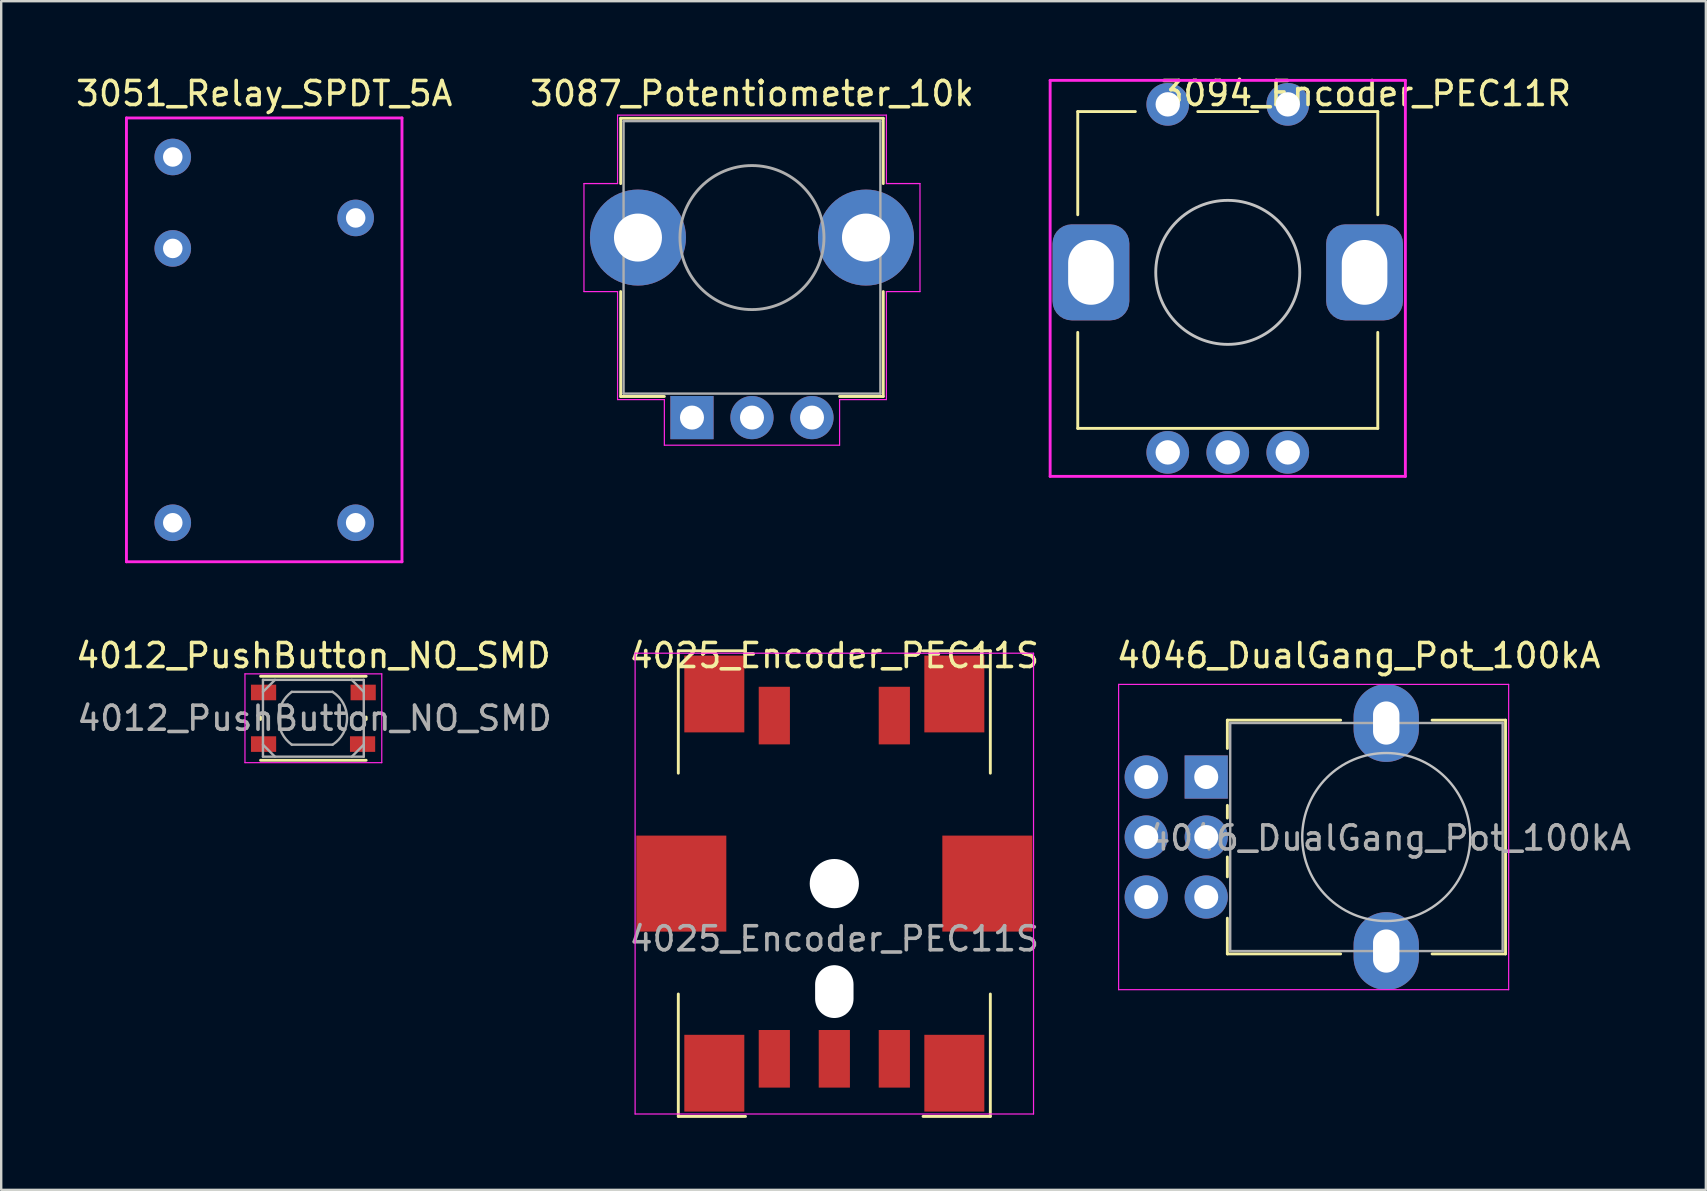
<source format=kicad_pcb>
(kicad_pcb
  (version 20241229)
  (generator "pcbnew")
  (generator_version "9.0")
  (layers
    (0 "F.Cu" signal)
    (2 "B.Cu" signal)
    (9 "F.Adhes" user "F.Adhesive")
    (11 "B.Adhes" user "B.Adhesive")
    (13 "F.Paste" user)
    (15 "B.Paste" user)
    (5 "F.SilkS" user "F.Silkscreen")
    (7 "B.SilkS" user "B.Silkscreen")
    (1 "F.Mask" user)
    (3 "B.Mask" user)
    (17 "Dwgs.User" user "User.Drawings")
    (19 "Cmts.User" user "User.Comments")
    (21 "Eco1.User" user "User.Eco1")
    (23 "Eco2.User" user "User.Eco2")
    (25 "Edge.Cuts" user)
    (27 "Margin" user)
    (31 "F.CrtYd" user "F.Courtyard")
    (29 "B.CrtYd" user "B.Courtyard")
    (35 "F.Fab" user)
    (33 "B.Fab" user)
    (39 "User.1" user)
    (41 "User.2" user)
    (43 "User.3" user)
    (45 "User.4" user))
  (footprint "4025_Encoder_PEC11S"
    (layer "F.Cu")
    (at 31.711 33.764)
    (property "Reference" "4025_Encoder_PEC11S" (at 0 -9.5 0) (unlocked yes) (layer "F.SilkS") (effects (font (size 1 1) (thickness 0.15))))
    (attr smd)
    (fp_line (start -6.5 -9.7) (end -6.5 -4.6) (stroke (width 0.12) (type solid)) (layer "F.SilkS"))
    (fp_line (start -6.5 9.7) (end -6.5 4.6) (stroke (width 0.12) (type solid)) (layer "F.SilkS"))
    (fp_line (start -3.7 -9.7) (end -6.5 -9.7) (stroke (width 0.12) (type solid)) (layer "F.SilkS"))
    (fp_line (start -3.7 9.7) (end -6.5 9.7) (stroke (width 0.12) (type solid)) (layer "F.SilkS"))
    (fp_line (start 3.698 9.7) (end 6.5 9.7) (stroke (width 0.12) (type solid)) (layer "F.SilkS"))
    (fp_line (start 3.7 -9.7) (end 6.5 -9.7) (stroke (width 0.12) (type solid)) (layer "F.SilkS"))
    (fp_line (start 6.5 -9.7) (end 6.5 -4.6) (stroke (width 0.12) (type solid)) (layer "F.SilkS"))
    (fp_line (start 6.5 9.7) (end 6.5 4.6) (stroke (width 0.12) (type solid)) (layer "F.SilkS"))
    (fp_line (start -8.3 -9.6) (end -8.3 9.6) (stroke (width 0.05) (type solid)) (layer "F.CrtYd"))
    (fp_line (start -8.3 9.6) (end 8.3 9.6) (stroke (width 0.05) (type solid)) (layer "F.CrtYd"))
    (fp_line (start 8.3 -9.6) (end -8.3 -9.6) (stroke (width 0.05) (type solid)) (layer "F.CrtYd"))
    (fp_line (start 8.3 9.6) (end 8.3 -9.6) (stroke (width 0.05) (type solid)) (layer "F.CrtYd"))
    (fp_text user "${REFERENCE}" (at 0 2.3 0) (unlocked yes) (layer "F.Fab") (effects (font (size 1 1) (thickness 0.15))))
    (pad "" smd rect (at -6.375 0) (size 3.75 4) (layers "F.Cu" "F.Mask" "F.Paste"))
    (pad "" smd rect (at -5 -7.9) (size 2.5 3.2) (layers "F.Cu" "F.Mask" "F.Paste"))
    (pad "" smd rect (at -5 7.9) (size 2.5 3.2) (layers "F.Cu" "F.Mask" "F.Paste"))
    (pad "" np_thru_hole circle (at 0 0) (size 2.05 2.05) (drill 2.05) (layers "*.Cu" "*.Mask"))
    (pad "" np_thru_hole oval (at 0 4.5) (size 1.6 2.2) (drill oval 1.6 2.2) (layers "*.Cu" "*.Mask"))
    (pad "" smd rect (at 5 -7.9) (size 2.5 3.2) (layers "F.Cu" "F.Mask" "F.Paste"))
    (pad "" smd rect (at 5 7.9) (size 2.5 3.2) (layers "F.Cu" "F.Mask" "F.Paste"))
    (pad "" smd rect (at 6.375 0) (size 3.75 4) (layers "F.Cu" "F.Mask" "F.Paste"))
    (pad "1" smd rect (at -2.5 7.3) (size 1.3 2.4) (layers "F.Cu" "F.Mask" "F.Paste"))
    (pad "2" smd rect (at 0 7.3) (size 1.3 2.4) (layers "F.Cu" "F.Mask" "F.Paste"))
    (pad "3" smd rect (at 2.5 7.3) (size 1.3 2.4) (layers "F.Cu" "F.Mask" "F.Paste"))
    (pad "4" smd rect (at 2.5 -7) (size 1.3 2.4) (layers "F.Cu" "F.Mask" "F.Paste"))
    (pad "5" smd rect (at -2.5 -7) (size 1.3 2.4) (layers "F.Cu" "F.Mask" "F.Paste")))
  (footprint "3087_Potentiometer_10k"
    (layer "F.Cu")
    (at 25.78 14.348)
    (property "Reference" "3087_Potentiometer_10k" (at 2.5 -13.5 0) (layer "F.SilkS") (effects (font (size 1 1) (thickness 0.15))))
    (attr through_hole)
    (fp_line (start -2.97 -12.47) (end -2.97 -9.75) (stroke (width 0.12) (type solid)) (layer "F.SilkS"))
    (fp_line (start -2.97 -5.25) (end -2.97 -0.88) (stroke (width 0.12) (type solid)) (layer "F.SilkS"))
    (fp_line (start -1.15 -0.88) (end -2.97 -0.88) (stroke (width 0.12) (type solid)) (layer "F.SilkS"))
    (fp_line (start 7.97 -12.47) (end -2.97 -12.47) (stroke (width 0.12) (type solid)) (layer "F.SilkS"))
    (fp_line (start 7.97 -12.47) (end 7.97 -9.75) (stroke (width 0.12) (type solid)) (layer "F.SilkS"))
    (fp_line (start 7.97 -5.25) (end 7.97 -0.88) (stroke (width 0.12) (type solid)) (layer "F.SilkS"))
    (fp_line (start 7.97 -0.88) (end 6.15 -0.88) (stroke (width 0.12) (type solid)) (layer "F.SilkS"))
    (fp_line (start -4.5 -5.25) (end -4.5 -9.75) (stroke (width 0.05) (type solid)) (layer "F.CrtYd"))
    (fp_line (start -3.1 -12.6) (end 8.1 -12.6) (stroke (width 0.05) (type solid)) (layer "F.CrtYd"))
    (fp_line (start -3.1 -9.75) (end -4.5 -9.75) (stroke (width 0.05) (type solid)) (layer "F.CrtYd"))
    (fp_line (start -3.1 -9.75) (end -3.1 -12.6) (stroke (width 0.05) (type solid)) (layer "F.CrtYd"))
    (fp_line (start -3.1 -5.25) (end -4.5 -5.25) (stroke (width 0.05) (type solid)) (layer "F.CrtYd"))
    (fp_line (start -3.1 -0.75) (end -3.1 -5.25) (stroke (width 0.05) (type solid)) (layer "F.CrtYd"))
    (fp_line (start -1.15 -0.75) (end -3.1 -0.75) (stroke (width 0.05) (type solid)) (layer "F.CrtYd"))
    (fp_line (start -1.15 1.15) (end -1.15 -0.75) (stroke (width 0.05) (type solid)) (layer "F.CrtYd"))
    (fp_line (start 6.15 1.15) (end -1.15 1.15) (stroke (width 0.05) (type solid)) (layer "F.CrtYd"))
    (fp_line (start 6.15 1.15) (end 6.15 -0.75) (stroke (width 0.05) (type solid)) (layer "F.CrtYd"))
    (fp_line (start 8.1 -9.75) (end 8.1 -12.6) (stroke (width 0.05) (type solid)) (layer "F.CrtYd"))
    (fp_line (start 8.1 -0.75) (end 6.15 -0.75) (stroke (width 0.05) (type solid)) (layer "F.CrtYd"))
    (fp_line (start 8.1 -0.75) (end 8.1 -5.25) (stroke (width 0.05) (type solid)) (layer "F.CrtYd"))
    (fp_line (start 9.5 -9.75) (end 8.1 -9.75) (stroke (width 0.05) (type solid)) (layer "F.CrtYd"))
    (fp_line (start 9.5 -5.25) (end 8.1 -5.25) (stroke (width 0.05) (type solid)) (layer "F.CrtYd"))
    (fp_line (start 9.5 -5.25) (end 9.5 -9.75) (stroke (width 0.05) (type solid)) (layer "F.CrtYd"))
    (fp_line (start -2.85 -12.35) (end 7.85 -12.35) (stroke (width 0.1) (type solid)) (layer "F.Fab"))
    (fp_line (start -2.85 -1) (end -2.85 -12.35) (stroke (width 0.1) (type solid)) (layer "F.Fab"))
    (fp_line (start 7.85 -12.35) (end 7.85 -1) (stroke (width 0.1) (type solid)) (layer "F.Fab"))
    (fp_line (start 7.85 -1) (end -2.85 -1) (stroke (width 0.1) (type solid)) (layer "F.Fab"))
    (fp_circle (center 2.5 -7.5) (end 5.5 -7.5) (stroke (width 0.12) (type solid)) (fill no) (layer "F.Fab"))
    (pad "" thru_hole oval (at -2.25 -7.5) (size 4 4) (drill 2) (layers "*.Cu" "*.Mask"))
    (pad "" thru_hole oval (at 7.25 -7.5) (size 4 4) (drill 2) (layers "*.Cu" "*.Mask"))
    (pad "1" thru_hole rect (at 0 0) (size 1.8 1.8) (drill 1) (layers "*.Cu" "*.Mask"))
    (pad "2" thru_hole circle (at 2.5 0) (size 1.8 1.8) (drill 1) (layers "*.Cu" "*.Mask"))
    (pad "3" thru_hole circle (at 5 0) (size 1.8 1.8) (drill 1) (layers "*.Cu" "*.Mask")))
  (footprint "3094_Encoder_PEC11R"
    (layer "F.Cu")
    (at 48.103 8.298)
    (property "Reference" "3094_Encoder_PEC11R" (at 5.75 -7.45 0) (layer "F.SilkS") (effects (font (size 1 1) (thickness 0.15))))
    (attr through_hole)
    (fp_line (start -6.25 -6.7) (end -6.25 -2.4) (stroke (width 0.12) (type solid)) (layer "F.SilkS"))
    (fp_line (start -6.25 6.5) (end -6.25 2.5) (stroke (width 0.12) (type solid)) (layer "F.SilkS"))
    (fp_line (start -3.85 -6.7) (end -6.25 -6.7) (stroke (width 0.12) (type solid)) (layer "F.SilkS"))
    (fp_line (start -1.25 -6.7) (end 1.25 -6.7) (stroke (width 0.12) (type solid)) (layer "F.SilkS"))
    (fp_line (start 3.85 -6.7) (end 6.25 -6.7) (stroke (width 0.12) (type solid)) (layer "F.SilkS"))
    (fp_line (start 6.25 -6.7) (end 6.25 -2.4) (stroke (width 0.12) (type solid)) (layer "F.SilkS"))
    (fp_line (start 6.25 6.5) (end -6.25 6.5) (stroke (width 0.12) (type solid)) (layer "F.SilkS"))
    (fp_line (start 6.25 6.5) (end 6.25 2.5) (stroke (width 0.12) (type solid)) (layer "F.SilkS"))
    (fp_circle (center 0 0) (end 3 0) (stroke (width 0.12) (type solid)) (fill no) (layer "Dwgs.User"))
    (fp_line (start -7.4 -8) (end -7.4 8.5) (stroke (width 0.12) (type solid)) (layer "F.CrtYd"))
    (fp_line (start -7.4 8.5) (end 7.4 8.5) (stroke (width 0.12) (type solid)) (layer "F.CrtYd"))
    (fp_line (start 7.4 -8) (end -7.4 -8) (stroke (width 0.12) (type solid)) (layer "F.CrtYd"))
    (fp_line (start 7.4 8.5) (end 7.4 -8) (stroke (width 0.12) (type solid)) (layer "F.CrtYd"))
    (pad "" thru_hole roundrect (at -5.7 0) (size 3.2 4) (drill oval 1.9 2.7) (layers "*.Cu" "*.Mask") (roundrect_rratio 0.25))
    (pad "" thru_hole roundrect (at 5.7 0) (size 3.2 4) (drill oval 1.9 2.7) (layers "*.Cu" "*.Mask") (roundrect_rratio 0.25))
    (pad "1" thru_hole circle (at -2.5 7.5) (size 1.778 1.778) (drill 1.016) (layers "*.Cu" "*.Mask"))
    (pad "2" thru_hole circle (at 0 7.5) (size 1.778 1.778) (drill 1.016) (layers "*.Cu" "*.Mask"))
    (pad "3" thru_hole circle (at 2.5 7.5) (size 1.778 1.778) (drill 1.016) (layers "*.Cu" "*.Mask"))
    (pad "4" thru_hole circle (at -2.5 -7) (size 1.778 1.778) (drill 1.016) (layers "*.Cu" "*.Mask"))
    (pad "5" thru_hole circle (at 2.5 -7) (size 1.778 1.778) (drill 1.016) (layers "*.Cu" "*.Mask")))
  (footprint "4046_DualGang_Pot_100kA"
    (layer "F.Cu")
    (at 47.206 29.324)
    (property "Reference" "4046_DualGang_Pot_100kA" (at 6.35 -5.06 180) (layer "F.SilkS") (effects (font (size 1 1) (thickness 0.15))))
    (attr through_hole)
    (fp_line (start 0.88 -2.37) (end 5.6 -2.37) (stroke (width 0.12) (type solid)) (layer "F.SilkS"))
    (fp_line (start 0.88 -1.19) (end 0.88 -2.37) (stroke (width 0.12) (type solid)) (layer "F.SilkS"))
    (fp_line (start 0.88 1.71) (end 0.88 1.18) (stroke (width 0.12) (type solid)) (layer "F.SilkS"))
    (fp_line (start 0.88 4.16) (end 0.88 3.33) (stroke (width 0.12) (type solid)) (layer "F.SilkS"))
    (fp_line (start 0.88 7.37) (end 0.88 5.88) (stroke (width 0.12) (type solid)) (layer "F.SilkS"))
    (fp_line (start 0.88 7.37) (end 5.6 7.37) (stroke (width 0.12) (type solid)) (layer "F.SilkS"))
    (fp_line (start 9.41 -2.37) (end 12.47 -2.37) (stroke (width 0.12) (type solid)) (layer "F.SilkS"))
    (fp_line (start 9.41 7.37) (end 12.47 7.37) (stroke (width 0.12) (type solid)) (layer "F.SilkS"))
    (fp_line (start 12.47 7.37) (end 12.47 -2.37) (stroke (width 0.12) (type solid)) (layer "F.SilkS"))
    (fp_circle (center 7.5 2.5) (end 11 2.5) (stroke (width 0.1) (type solid)) (fill no) (layer "Dwgs.User"))
    (fp_line (start -3.65 -3.86) (end -3.65 8.86) (stroke (width 0.05) (type solid)) (layer "F.CrtYd"))
    (fp_line (start -3.65 8.86) (end 12.6 8.86) (stroke (width 0.05) (type solid)) (layer "F.CrtYd"))
    (fp_line (start 12.6 -3.86) (end -3.65 -3.86) (stroke (width 0.05) (type solid)) (layer "F.CrtYd"))
    (fp_line (start 12.6 8.86) (end 12.6 -3.86) (stroke (width 0.05) (type solid)) (layer "F.CrtYd"))
    (fp_line (start 1 -2.25) (end 12.35 -2.25) (stroke (width 0.1) (type solid)) (layer "F.Fab"))
    (fp_line (start 1 7.25) (end 1 -2.25) (stroke (width 0.1) (type solid)) (layer "F.Fab"))
    (fp_line (start 1 7.25) (end 12.35 7.25) (stroke (width 0.1) (type solid)) (layer "F.Fab"))
    (fp_line (start 12.35 7.25) (end 12.35 -2.25) (stroke (width 0.1) (type solid)) (layer "F.Fab"))
    (fp_text user "${REFERENCE}" (at 7.62 2.54 0) (layer "F.Fab") (effects (font (size 1 1) (thickness 0.15))))
    (pad "" thru_hole oval (at 7.5 -2.25 180) (size 2.72 3.24) (drill oval 1.1 1.8) (layers "*.Cu" "*.Mask"))
    (pad "" thru_hole oval (at 7.5 7.25 180) (size 2.72 3.24) (drill oval 1.1 1.8) (layers "*.Cu" "*.Mask"))
    (pad "1" thru_hole rect (at 0 0 90) (size 1.8 1.8) (drill 1) (layers "*.Cu" "*.Mask"))
    (pad "2" thru_hole circle (at 0 2.5 90) (size 1.8 1.8) (drill 1) (layers "*.Cu" "*.Mask"))
    (pad "3" thru_hole circle (at 0 5 90) (size 1.8 1.8) (drill 1) (layers "*.Cu" "*.Mask"))
    (pad "4" thru_hole circle (at -2.5 0 90) (size 1.8 1.8) (drill 1) (layers "*.Cu" "*.Mask"))
    (pad "5" thru_hole circle (at -2.5 2.5 90) (size 1.8 1.8) (drill 1) (layers "*.Cu" "*.Mask"))
    (pad "6" thru_hole circle (at -2.5 5 90) (size 1.8 1.8) (drill 1) (layers "*.Cu" "*.Mask")))
  (footprint "3051_Relay_SPDT_5A"
    (layer "F.Cu")
    (at 7.958 11.11)
    (property "Reference" "3051_Relay_SPDT_5A" (at 0 -10.262 0) (layer "F.SilkS") (effects (font (size 1 1) (thickness 0.15))))
    (attr through_hole)
    (fp_line (start -5.74 -9.246) (end -5.74 9.246) (stroke (width 0.12) (type solid)) (layer "F.CrtYd"))
    (fp_line (start -5.74 9.246) (end 5.74 9.246) (stroke (width 0.12) (type solid)) (layer "F.CrtYd"))
    (fp_line (start 5.74 -9.246) (end -5.74 -9.246) (stroke (width 0.12) (type solid)) (layer "F.CrtYd"))
    (fp_line (start 5.74 9.246) (end 5.74 -9.246) (stroke (width 0.12) (type solid)) (layer "F.CrtYd"))
    (pad "1" thru_hole circle (at -3.81 7.62) (size 1.524 1.524) (drill 0.813) (layers "*.Cu" "*.Mask"))
    (pad "2" thru_hole circle (at 3.81 7.62) (size 1.524 1.524) (drill 0.813) (layers "*.Cu" "*.Mask"))
    (pad "3" thru_hole circle (at 3.81 -5.08) (size 1.524 1.524) (drill 0.813) (layers "*.Cu" "*.Mask"))
    (pad "4" thru_hole circle (at -3.81 -3.81) (size 1.524 1.524) (drill 0.813) (layers "*.Cu" "*.Mask"))
    (pad "5" thru_hole circle (at -3.81 -7.62) (size 1.524 1.524) (drill 0.813) (layers "*.Cu" "*.Mask")))
  (footprint "4012_PushButton_NO_SMD"
    (layer "F.Cu")
    (at 9.95 26.804)
    (property "Reference" "4012_PushButton_NO_SMD" (at 0.056 -2.54 0) (unlocked yes) (layer "F.SilkS") (effects (font (size 1 1) (thickness 0.15))))
    (attr smd)
    (fp_line (start -2.144 0.122) (end -2.144 0.022) (stroke (width 0.12) (type solid)) (layer "F.SilkS"))
    (fp_line (start -2.144 1.822) (end 2.256 1.822) (stroke (width 0.12) (type solid)) (layer "F.SilkS"))
    (fp_line (start 2.256 -1.678) (end -2.144 -1.678) (stroke (width 0.12) (type solid)) (layer "F.SilkS"))
    (fp_line (start 2.256 0.122) (end 2.256 0.022) (stroke (width 0.12) (type solid)) (layer "F.SilkS"))
    (fp_line (start -2.794 -1.778) (end 2.906 -1.778) (stroke (width 0.05) (type solid)) (layer "F.CrtYd"))
    (fp_line (start -2.794 1.922) (end -2.794 -1.778) (stroke (width 0.05) (type solid)) (layer "F.CrtYd"))
    (fp_line (start 2.906 -1.778) (end 2.906 1.922) (stroke (width 0.05) (type solid)) (layer "F.CrtYd"))
    (fp_line (start 2.906 1.922) (end -2.794 1.922) (stroke (width 0.05) (type solid)) (layer "F.CrtYd"))
    (fp_line (start -2.044 -1.528) (end 2.156 -1.528) (stroke (width 0.1) (type solid)) (layer "F.Fab"))
    (fp_line (start -2.044 -1.028) (end -1.544 -1.528) (stroke (width 0.1) (type solid)) (layer "F.Fab"))
    (fp_line (start -2.044 1.172) (end -1.544 1.672) (stroke (width 0.1) (type solid)) (layer "F.Fab"))
    (fp_line (start -2.044 1.672) (end -2.044 -1.528) (stroke (width 0.1) (type solid)) (layer "F.Fab"))
    (fp_line (start -0.844 -1.028) (end 0.856 -1.028) (stroke (width 0.1) (type solid)) (layer "F.Fab"))
    (fp_line (start 0.856 1.172) (end -0.844 1.172) (stroke (width 0.1) (type solid)) (layer "F.Fab"))
    (fp_line (start 1.656 -1.528) (end 2.156 -1.028) (stroke (width 0.1) (type solid)) (layer "F.Fab"))
    (fp_line (start 1.656 1.672) (end 2.156 1.172) (stroke (width 0.1) (type solid)) (layer "F.Fab"))
    (fp_line (start 2.156 -1.528) (end 2.156 1.672) (stroke (width 0.1) (type solid)) (layer "F.Fab"))
    (fp_line (start 2.156 1.672) (end -2.044 1.672) (stroke (width 0.1) (type solid)) (layer "F.Fab"))
    (fp_arc (start -0.844 1.171999) (mid -1.404147 0.072) (end -0.844 -1.027999) (stroke (width 0.1) (type solid)) (layer "F.Fab"))
    (fp_arc (start 0.856 -1.027999) (mid 1.45984 0.072) (end 0.855999 1.171999) (stroke (width 0.1) (type solid)) (layer "F.Fab"))
    (fp_text user "${REFERENCE}" (at 0.106 0.072 0) (layer "F.Fab") (effects (font (size 1 1) (thickness 0.15))))
    (pad "1" smd rect (at -2.019 -1.003) (size 1.05 0.65) (layers "F.Cu" "F.Mask" "F.Paste"))
    (pad "1" smd rect (at 2.131 -1.003) (size 1.05 0.65) (layers "F.Cu" "F.Mask" "F.Paste"))
    (pad "2" smd rect (at -2.019 1.147) (size 1.05 0.65) (layers "F.Cu" "F.Mask" "F.Paste"))
    (pad "2" smd rect (at 2.106 1.147) (size 1.05 0.65) (layers "F.Cu" "F.Mask" "F.Paste")))
  (gr_rect
    (start -3 -3)
    (end 68.022 46.524)
    (stroke (width 0.1) (type default))
    (fill no)
    (layer "Edge.Cuts")))
</source>
